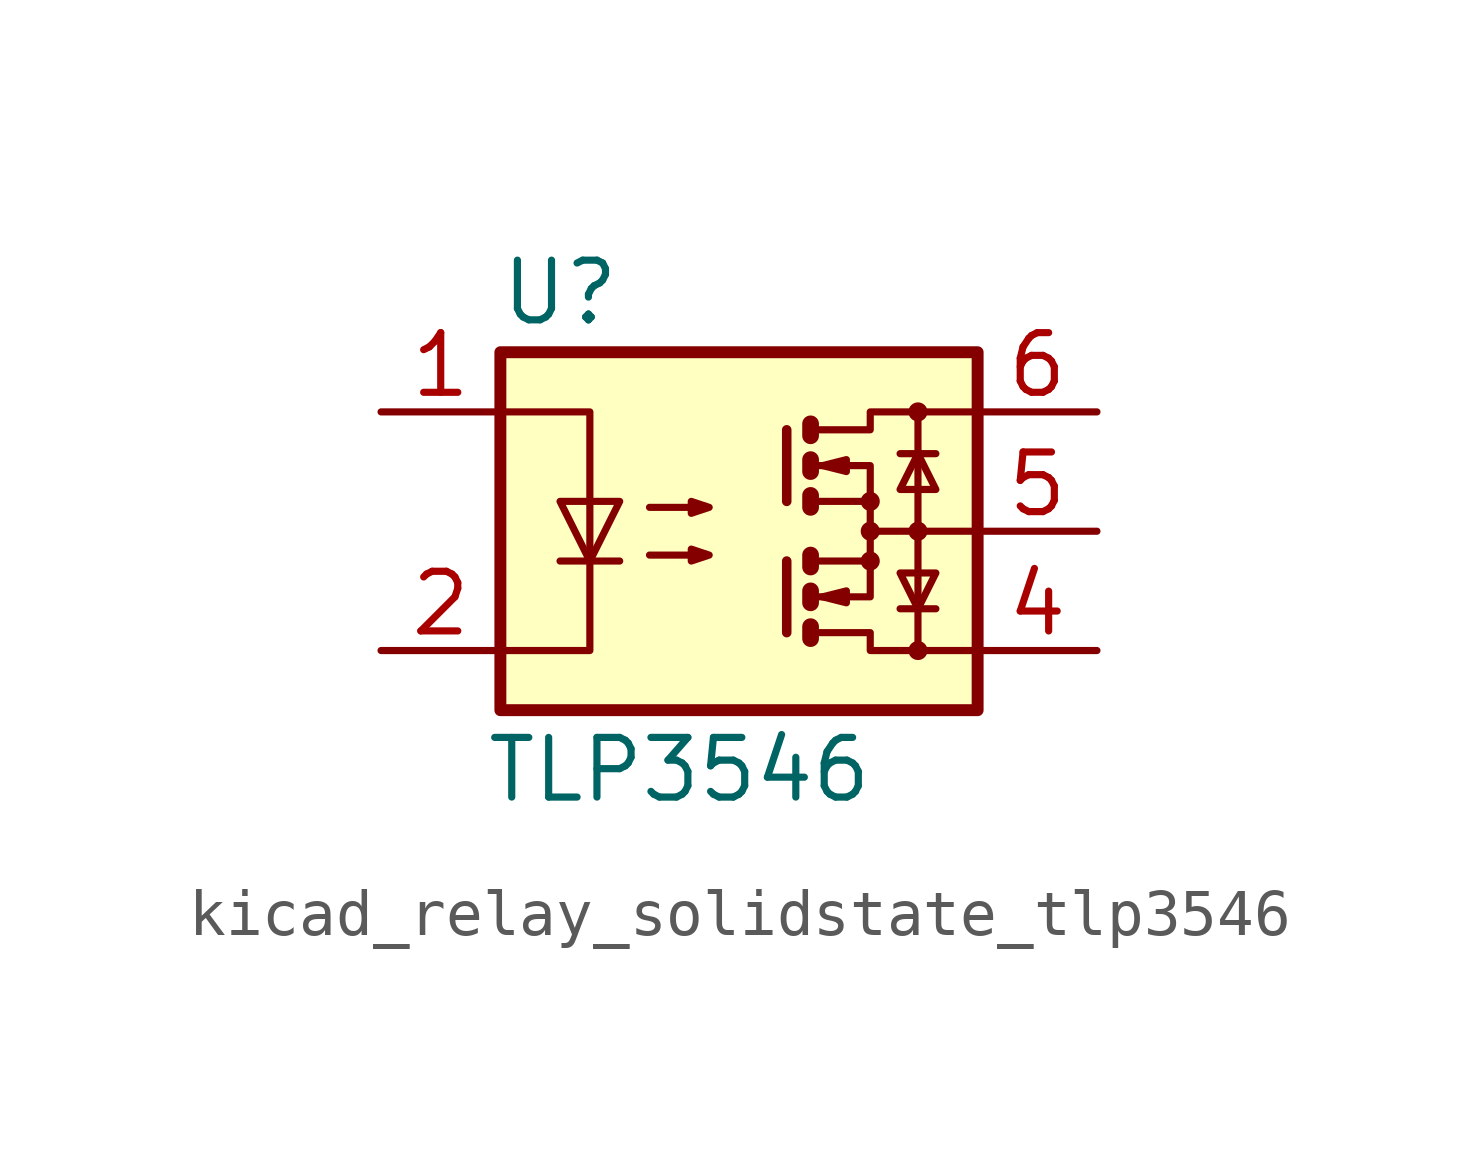
<source format=kicad_sym>
(kicad_symbol_lib
  (version 20220914)
  (generator kicad_symbol_editor)
  (symbol "kicad_relay_solidstate_tlp3546"
    (property "Reference" "U"
      (at -3.81 5.08 0)
      (effects (font (size 1.27 1.27))))
    (property "Value" "TLP3546"
      (at -1.27 -5.08 0)
      (effects (font (size 1.27 1.27))))
    (symbol "kicad_relay_solidstate_tlp3546_0_1"
      (rectangle (start -5.08 3.81) (end 5.08 -3.81) (stroke (width 0.254) (type default)) (fill (type background)))
      (polyline (pts (xy -3.81 -0.635) (xy -2.54 -0.635)) (stroke (width 0) (type default)) (fill (type none)))
      (polyline (pts (xy 1.016 -0.635) (xy 1.016 -2.159)) (stroke (width 0.203) (type default)) (fill (type none)))
      (polyline (pts (xy 1.016 2.159) (xy 1.016 0.635)) (stroke (width 0.203) (type default)) (fill (type none)))
      (polyline (pts (xy 1.524 -0.508) (xy 1.524 -0.762)) (stroke (width 0.356) (type default)) (fill (type none)))
      (polyline (pts (xy 2.794 0) (xy 5.08 0)) (stroke (width 0) (type default)) (fill (type none)))
      (polyline (pts (xy 3.429 -1.651) (xy 4.191 -1.651)) (stroke (width 0) (type default)) (fill (type none)))
      (polyline (pts (xy 3.429 1.651) (xy 4.191 1.651)) (stroke (width 0) (type default)) (fill (type none)))
      (polyline (pts (xy 3.81 -2.54) (xy 3.81 2.54)) (stroke (width 0) (type default)) (fill (type none)))
      (polyline (pts (xy 1.524 -2.032) (xy 1.524 -2.286) (xy 1.524 -2.286)) (stroke (width 0.356) (type default)) (fill (type none)))
      (polyline (pts (xy 1.524 -1.27) (xy 1.524 -1.524) (xy 1.524 -1.524)) (stroke (width 0.356) (type default)) (fill (type none)))
      (polyline (pts (xy 1.524 0.762) (xy 1.524 0.508) (xy 1.524 0.508)) (stroke (width 0.356) (type default)) (fill (type none)))
      (polyline (pts (xy 1.524 1.524) (xy 1.524 1.27) (xy 1.524 1.27)) (stroke (width 0.356) (type default)) (fill (type none)))
      (polyline (pts (xy 1.524 2.286) (xy 1.524 2.032) (xy 1.524 2.032)) (stroke (width 0.356) (type default)) (fill (type none)))
      (polyline (pts (xy 1.651 -1.397) (xy 2.794 -1.397) (xy 2.794 -0.635)) (stroke (width 0) (type default)) (fill (type none)))
      (polyline (pts (xy 1.651 1.397) (xy 2.794 1.397) (xy 2.794 0.635)) (stroke (width 0) (type default)) (fill (type none)))
      (polyline (pts (xy -5.08 2.54) (xy -3.175 2.54) (xy -3.175 -2.54) (xy -5.08 -2.54)) (stroke (width 0) (type default)) (fill (type none)))
      (polyline (pts (xy -3.175 -0.635) (xy -3.81 0.635) (xy -2.54 0.635) (xy -3.175 -0.635)) (stroke (width 0) (type default)) (fill (type none)))
      (polyline (pts (xy 1.651 -2.159) (xy 2.794 -2.159) (xy 2.794 -2.54) (xy 5.08 -2.54)) (stroke (width 0) (type default)) (fill (type none)))
      (polyline (pts (xy 1.651 -0.635) (xy 2.794 -0.635) (xy 2.794 0.635) (xy 1.651 0.635)) (stroke (width 0) (type default)) (fill (type none)))
      (polyline (pts (xy 1.651 2.159) (xy 2.794 2.159) (xy 2.794 2.54) (xy 5.08 2.54)) (stroke (width 0) (type default)) (fill (type none)))
      (polyline (pts (xy 1.778 -1.397) (xy 2.286 -1.27) (xy 2.286 -1.524) (xy 1.778 -1.397)) (stroke (width 0) (type default)) (fill (type none)))
      (polyline (pts (xy 1.778 1.397) (xy 2.286 1.524) (xy 2.286 1.27) (xy 1.778 1.397)) (stroke (width 0) (type default)) (fill (type none)))
      (polyline (pts (xy 3.81 -1.651) (xy 3.429 -0.889) (xy 4.191 -0.889) (xy 3.81 -1.651)) (stroke (width 0) (type default)) (fill (type none)))
      (polyline (pts (xy 3.81 1.651) (xy 3.429 0.889) (xy 4.191 0.889) (xy 3.81 1.651)) (stroke (width 0) (type default)) (fill (type none)))
      (polyline (pts (xy -1.905 -0.508) (xy -0.635 -0.508) (xy -1.016 -0.635) (xy -1.016 -0.381) (xy -0.635 -0.508)) (stroke (width 0) (type default)) (fill (type none)))
      (polyline (pts (xy -1.905 0.508) (xy -0.635 0.508) (xy -1.016 0.381) (xy -1.016 0.635) (xy -0.635 0.508)) (stroke (width 0) (type default)) (fill (type none)))
      (circle (center 2.794 -0.635) (radius 0.127) (stroke (width 0) (type default)) (fill (type none)))
      (circle (center 2.794 0) (radius 0.127) (stroke (width 0) (type default)) (fill (type none)))
      (circle (center 2.794 0.635) (radius 0.127) (stroke (width 0) (type default)) (fill (type none)))
      (circle (center 3.81 -2.54) (radius 0.127) (stroke (width 0) (type default)) (fill (type none)))
      (circle (center 3.81 0) (radius 0.127) (stroke (width 0) (type default)) (fill (type none)))
      (circle (center 3.81 2.54) (radius 0.127) (stroke (width 0) (type default)) (fill (type none))))
    (symbol "kicad_relay_solidstate_tlp3546_1_1"
      (pin passive line (at -7.62 2.54 0) (length 2.54) (name "~" (effects (font (size 1.27 1.27)))) (number "1" (effects (font (size 1.27 1.27)))))
      (pin passive line (at -7.62 -2.54 0) (length 2.54) (name "~" (effects (font (size 1.27 1.27)))) (number "2" (effects (font (size 1.27 1.27)))))
      (pin no_connect line (at -5.08 0 0) (length 2.54) hide (name "~" (effects (font (size 1.27 1.27)))) (number "3" (effects (font (size 1.27 1.27)))))
      (pin passive line (at 7.62 -2.54 180) (length 2.54) (name "~" (effects (font (size 1.27 1.27)))) (number "4" (effects (font (size 1.27 1.27)))))
      (pin passive line (at 7.62 0 180) (length 2.54) (name "~" (effects (font (size 1.27 1.27)))) (number "5" (effects (font (size 1.27 1.27)))))
      (pin passive line (at 7.62 2.54 180) (length 2.54) (name "~" (effects (font (size 1.27 1.27)))) (number "6" (effects (font (size 1.27 1.27))))))))
</source>
